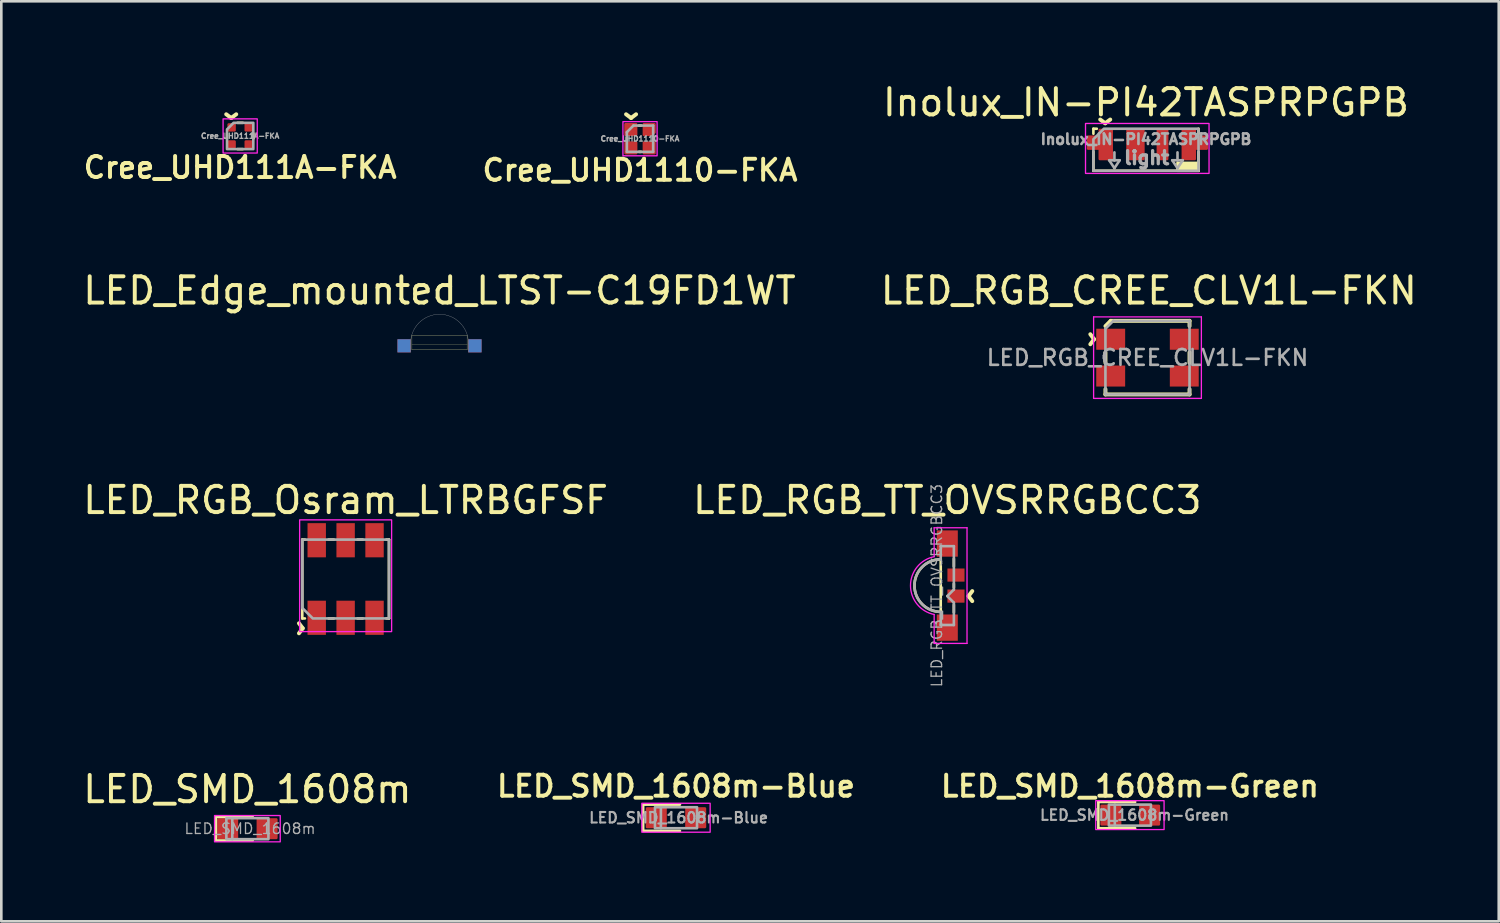
<source format=kicad_pcb>
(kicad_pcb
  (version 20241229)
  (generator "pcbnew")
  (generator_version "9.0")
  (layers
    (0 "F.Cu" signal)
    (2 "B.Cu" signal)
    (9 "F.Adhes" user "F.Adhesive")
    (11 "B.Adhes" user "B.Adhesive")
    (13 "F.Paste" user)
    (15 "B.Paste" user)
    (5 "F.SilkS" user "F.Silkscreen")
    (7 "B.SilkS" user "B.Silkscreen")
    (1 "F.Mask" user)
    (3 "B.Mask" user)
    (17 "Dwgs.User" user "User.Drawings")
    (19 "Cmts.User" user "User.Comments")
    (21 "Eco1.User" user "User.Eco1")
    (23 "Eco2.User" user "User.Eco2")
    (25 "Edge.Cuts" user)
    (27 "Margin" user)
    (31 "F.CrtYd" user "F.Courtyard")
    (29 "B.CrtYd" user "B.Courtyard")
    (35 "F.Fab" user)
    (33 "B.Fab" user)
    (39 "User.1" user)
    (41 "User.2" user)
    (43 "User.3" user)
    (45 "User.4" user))
  (footprint "LED_SMD_1608m"
    (layer "F.Cu")
    (at 6.363 28.481)
    (property "Reference" "LED_SMD_1608m" (at 0 -1.5 0) (layer "F.SilkS") (effects (font (size 1 1) (thickness 0.15))))
    (attr smd)
    (fp_line (start -1.2 -0.45) (end -1.2 0.45) (stroke (width 0.1) (type solid)) (layer "F.SilkS"))
    (fp_line (start -1.2 0.45) (end 0.2 0.45) (stroke (width 0.1) (type solid)) (layer "F.SilkS"))
    (fp_line (start 0.2 -0.45) (end -1.2 -0.45) (stroke (width 0.1) (type solid)) (layer "F.SilkS"))
    (fp_rect (start 1.25 -0.5) (end -1.25 0.5) (stroke (width 0.05) (type solid)) (fill no) (layer "F.CrtYd"))
    (fp_line (start -0.575 -0.4) (end -0.575 0.4) (stroke (width 0.1) (type solid)) (layer "F.Fab"))
    (fp_poly (pts (xy 0.8 0.4) (xy -0.8 0.4) (xy -0.8 -0.4) (xy 0.8 -0.4)) (stroke (width 0.1) (type solid)) (fill no) (layer "F.Fab"))
    (fp_text user "${REFERENCE}" (at 0.1 0 0) (unlocked yes) (layer "F.Fab") (effects (font (size 0.4 0.4) (thickness 0.05))))
    (pad "A" smd roundrect (at 0.75 0) (size 0.8 0.8) (layers "F.Cu" "F.Mask" "F.Paste") (roundrect_rratio 0.062))
    (pad "C" smd roundrect (at -0.75 0) (size 0.8 0.8) (layers "F.Cu" "F.Mask" "F.Paste") (roundrect_rratio 0.062)))
  (footprint "LED_RGB_CREE_CLV1L-FKN"
    (layer "F.Cu")
    (at 40.611 10.558)
    (property "Reference" "LED_RGB_CREE_CLV1L-FKN" (at 0.05 -2.55 0) (layer "F.SilkS") (effects (font (size 1 1) (thickness 0.15))))
    (attr smd)
    (fp_line (start -1.6 -1.2) (end -1.4 -1.4) (stroke (width 0.15) (type solid)) (layer "F.SilkS"))
    (fp_line (start -1.6 -0.2) (end -1.6 0.2) (stroke (width 0.15) (type solid)) (layer "F.SilkS"))
    (fp_line (start -1.6 1.4) (end -1.6 1.2) (stroke (width 0.15) (type solid)) (layer "F.SilkS"))
    (fp_line (start -1.6 1.4) (end 1.6 1.4) (stroke (width 0.15) (type solid)) (layer "F.SilkS"))
    (fp_line (start 1.6 -1.4) (end -1.4 -1.4) (stroke (width 0.15) (type solid)) (layer "F.SilkS"))
    (fp_line (start 1.6 -1.4) (end 1.6 -1.2) (stroke (width 0.15) (type solid)) (layer "F.SilkS"))
    (fp_line (start 1.6 -0.2) (end 1.6 0.2) (stroke (width 0.15) (type solid)) (layer "F.SilkS"))
    (fp_line (start 1.6 1.4) (end 1.6 1.2) (stroke (width 0.15) (type solid)) (layer "F.SilkS"))
    (fp_line (start -2.05 -1.55) (end 2.05 -1.55) (stroke (width 0.05) (type solid)) (layer "F.CrtYd"))
    (fp_line (start -2.05 1.55) (end -2.05 -1.55) (stroke (width 0.05) (type solid)) (layer "F.CrtYd"))
    (fp_line (start 2.05 -1.55) (end 2.05 1.55) (stroke (width 0.05) (type solid)) (layer "F.CrtYd"))
    (fp_line (start 2.05 1.55) (end -2.05 1.55) (stroke (width 0.05) (type solid)) (layer "F.CrtYd"))
    (fp_line (start -1.6 -1.1) (end -1.3 -1.4) (stroke (width 0.1) (type solid)) (layer "F.Fab"))
    (fp_line (start -1.6 1.4) (end -1.6 -1.1) (stroke (width 0.1) (type solid)) (layer "F.Fab"))
    (fp_line (start -1.3 -1.4) (end 1.6 -1.4) (stroke (width 0.1) (type solid)) (layer "F.Fab"))
    (fp_line (start 1.6 -1.4) (end 1.6 1.4) (stroke (width 0.1) (type solid)) (layer "F.Fab"))
    (fp_line (start 1.6 1.4) (end -1.6 1.4) (stroke (width 0.1) (type solid)) (layer "F.Fab"))
    (fp_text user "^" (at -2.625 -0.7 270) (unlocked yes) (layer "F.SilkS") (effects (font (size 1 1) (thickness 0.15))))
    (fp_text user "${REFERENCE}" (at 0 0 0) (unlocked yes) (layer "F.Fab") (effects (font (size 0.6 0.6) (thickness 0.1))))
    (pad "1" smd rect (at -1.4 -0.7) (size 1.1 0.8) (layers "F.Cu" "F.Mask" "F.Paste"))
    (pad "2" smd rect (at -1.4 0.7) (size 1.1 0.8) (layers "F.Cu" "F.Mask" "F.Paste"))
    (pad "3" smd rect (at 1.4 0.7) (size 1.1 0.8) (layers "F.Cu" "F.Mask" "F.Paste"))
    (pad "4" smd rect (at 1.4 -0.7) (size 1.1 0.8) (layers "F.Cu" "F.Mask" "F.Paste")))
  (footprint "LED_RGB_Osram_LTRBGFSF"
    (layer "F.Cu")
    (at 10.101 18.981)
    (property "Reference" "LED_RGB_Osram_LTRBGFSF" (at 0 -3 0) (layer "F.SilkS") (effects (font (size 1 1) (thickness 0.15))))
    (attr smd)
    (fp_line (start -1.65 -1.5) (end -1.65 1.5) (stroke (width 0.1) (type solid)) (layer "F.SilkS"))
    (fp_line (start -1.65 -1.5) (end -1.55 -1.5) (stroke (width 0.1) (type solid)) (layer "F.SilkS"))
    (fp_line (start -1.65 1.5) (end -1.55 1.5) (stroke (width 0.1) (type solid)) (layer "F.SilkS"))
    (fp_line (start -0.65 -1.5) (end -0.45 -1.5) (stroke (width 0.1) (type solid)) (layer "F.SilkS"))
    (fp_line (start -0.65 1.5) (end -0.45 1.5) (stroke (width 0.1) (type solid)) (layer "F.SilkS"))
    (fp_line (start 0.45 -1.5) (end 0.65 -1.5) (stroke (width 0.1) (type solid)) (layer "F.SilkS"))
    (fp_line (start 0.45 1.5) (end 0.65 1.5) (stroke (width 0.1) (type solid)) (layer "F.SilkS"))
    (fp_line (start 1.65 -1.5) (end 1.55 -1.5) (stroke (width 0.1) (type solid)) (layer "F.SilkS"))
    (fp_line (start 1.65 1.5) (end 1.55 1.5) (stroke (width 0.1) (type solid)) (layer "F.SilkS"))
    (fp_line (start 1.65 1.5) (end 1.65 -1.5) (stroke (width 0.1) (type solid)) (layer "F.SilkS"))
    (fp_rect (start 1.75 -2.25) (end -1.75 2) (stroke (width 0.05) (type solid)) (fill no) (layer "F.CrtYd"))
    (fp_poly (pts (xy 1.65 -1.5) (xy 1.65 1.5) (xy -1.25 1.5) (xy -1.65 1.1) (xy -1.65 -1.5)) (stroke (width 0.1) (type solid)) (fill no) (layer "F.Fab"))
    (fp_text user "^" (at -2.225 1.875 270) (unlocked yes) (layer "F.SilkS") (effects (font (size 1 1) (thickness 0.15))))
    (pad "A1" smd rect (at -1.1 -1.475) (size 0.7 1.3) (layers "F.Cu" "F.Mask" "F.Paste"))
    (pad "A2" smd rect (at 0 -1.475) (size 0.7 1.3) (layers "F.Cu" "F.Mask" "F.Paste"))
    (pad "A3" smd rect (at 1.1 -1.475) (size 0.7 1.3) (layers "F.Cu" "F.Mask" "F.Paste"))
    (pad "C1" smd rect (at -1.1 1.475) (size 0.7 1.3) (layers "F.Cu" "F.Mask" "F.Paste"))
    (pad "C2" smd rect (at 0 1.475) (size 0.7 1.3) (layers "F.Cu" "F.Mask" "F.Paste"))
    (pad "C3" smd rect (at 1.1 1.475) (size 0.7 1.3) (layers "F.Cu" "F.Mask" "F.Paste")))
  (footprint "LED_SMD_1608m-Blue"
    (layer "F.Cu")
    (at 22.671 28.064)
    (property "Reference" "LED_SMD_1608m-Blue" (at 0 -1.2 0) (layer "F.SilkS") (effects (font (size 0.8 0.8) (thickness 0.15))))
    (attr smd)
    (fp_line (start -1.25 -0.5) (end -1.25 0.5) (stroke (width 0.1) (type solid)) (layer "F.SilkS"))
    (fp_line (start -1.25 0.5) (end 0.15 0.5) (stroke (width 0.1) (type solid)) (layer "F.SilkS"))
    (fp_line (start 0.15 -0.5) (end -1.25 -0.5) (stroke (width 0.1) (type solid)) (layer "F.SilkS"))
    (fp_rect (start 1.3 -0.55) (end -1.3 0.55) (stroke (width 0.05) (type solid)) (fill no) (layer "F.CrtYd"))
    (fp_line (start -0.575 -0.4) (end -0.575 0.4) (stroke (width 0.1) (type solid)) (layer "F.Fab"))
    (fp_poly (pts (xy 0.8 0.4) (xy -0.8 0.4) (xy -0.8 -0.4) (xy 0.8 -0.4)) (stroke (width 0.1) (type solid)) (fill no) (layer "F.Fab"))
    (fp_text user "${REFERENCE}" (at 0.1 0 0) (layer "F.Fab") (effects (font (size 0.4 0.4) (thickness 0.08) (bold yes))))
    (pad "A" smd roundrect (at 0.75 0) (size 0.8 0.8) (layers "F.Cu" "F.Mask" "F.Paste") (roundrect_rratio 0.062))
    (pad "C" smd roundrect (at -0.75 0) (size 0.8 0.8) (layers "F.Cu" "F.Mask" "F.Paste") (roundrect_rratio 0.062)))
  (footprint "Cree_UHD1110-FKA"
    (layer "F.Cu")
    (at 21.302 2.228)
    (property "Reference" "Cree_UHD1110-FKA" (at 0 1.2 0) (layer "F.SilkS") (effects (font (size 0.8 0.8) (thickness 0.15))))
    (attr smd)
    (fp_line (start -0.5 0.04) (end -0.5 -0.04) (stroke (width 0.1) (type solid)) (layer "F.SilkS"))
    (fp_line (start -0.04 -0.5) (end 0.04 -0.5) (stroke (width 0.1) (type solid)) (layer "F.SilkS"))
    (fp_line (start -0.04 0.5) (end 0.04 0.5) (stroke (width 0.1) (type solid)) (layer "F.SilkS"))
    (fp_line (start 0.5 0.04) (end 0.5 -0.04) (stroke (width 0.1) (type solid)) (layer "F.SilkS"))
    (fp_rect (start -0.65 -0.65) (end 0.65 0.65) (stroke (width 0.05) (type solid)) (fill no) (layer "F.CrtYd"))
    (fp_line (start -0.5 -0.25) (end -0.25 -0.5) (stroke (width 0.1) (type solid)) (layer "F.Fab"))
    (fp_line (start -0.5 0.5) (end -0.5 -0.25) (stroke (width 0.1) (type solid)) (layer "F.Fab"))
    (fp_line (start -0.25 -0.5) (end 0.5 -0.5) (stroke (width 0.1) (type solid)) (layer "F.Fab"))
    (fp_line (start 0.5 -0.5) (end 0.5 0.5) (stroke (width 0.1) (type solid)) (layer "F.Fab"))
    (fp_line (start 0.5 0.5) (end -0.5 0.5) (stroke (width 0.1) (type solid)) (layer "F.Fab"))
    (fp_text user "^" (at -0.34 -1.38 180) (unlocked yes) (layer "F.SilkS") (effects (font (size 1 1) (thickness 0.15))))
    (fp_text user "${REFERENCE}" (at 0 0 0) (layer "F.Fab") (effects (font (size 0.2 0.2) (thickness 0.05))))
    (pad "1" smd roundrect (at -0.35 -0.35) (size 0.5 0.5) (layers "F.Cu" "F.Mask" "F.Paste") (roundrect_rratio 0.1))
    (pad "2" smd roundrect (at -0.35 0.35) (size 0.5 0.5) (layers "F.Cu" "F.Mask" "F.Paste") (roundrect_rratio 0.1))
    (pad "3" smd roundrect (at 0.35 0.35) (size 0.5 0.5) (layers "F.Cu" "F.Mask" "F.Paste") (roundrect_rratio 0.1))
    (pad "4" smd roundrect (at 0.35 -0.35) (size 0.5 0.5) (layers "F.Cu" "F.Mask" "F.Paste") (roundrect_rratio 0.1) (chamfer_ratio 0.25) (chamfer bottom_right)))
  (footprint "Cree_UHD111A-FKA"
    (layer "F.Cu")
    (at 6.088 2.123)
    (property "Reference" "Cree_UHD111A-FKA" (at 0 1.2 0) (layer "F.SilkS") (effects (font (size 0.8 0.8) (thickness 0.15))))
    (attr smd)
    (fp_line (start -0.5 0.1) (end -0.5 -0.1) (stroke (width 0.1) (type solid)) (layer "F.SilkS"))
    (fp_line (start -0.1 -0.5) (end 0.1 -0.5) (stroke (width 0.1) (type solid)) (layer "F.SilkS"))
    (fp_line (start -0.1 0.5) (end 0.1 0.5) (stroke (width 0.1) (type solid)) (layer "F.SilkS"))
    (fp_line (start 0.5 0.1) (end 0.5 -0.1) (stroke (width 0.1) (type solid)) (layer "F.SilkS"))
    (fp_rect (start -0.65 -0.65) (end 0.65 0.65) (stroke (width 0.05) (type solid)) (fill no) (layer "F.CrtYd"))
    (fp_poly (pts (xy -0.5 -0.25) (xy -0.5 0.5) (xy 0.5 0.5) (xy 0.5 -0.5) (xy -0.25 -0.5)) (stroke (width 0.1) (type solid)) (fill no) (layer "F.Fab"))
    (fp_text user "^" (at -0.34 -1.275 180) (unlocked yes) (layer "F.SilkS") (effects (font (size 1 1) (thickness 0.15))))
    (fp_text user "${REFERENCE}" (at 0 0 0) (layer "F.Fab") (effects (font (size 0.2 0.2) (thickness 0.05))))
    (pad "1" smd roundrect (at -0.325 -0.325) (size 0.32 0.32) (layers "F.Cu" "F.Mask" "F.Paste") (roundrect_rratio 0.156))
    (pad "2" smd roundrect (at -0.325 0.325) (size 0.32 0.32) (layers "F.Cu" "F.Mask" "F.Paste") (roundrect_rratio 0.156))
    (pad "3" smd roundrect (at 0.325 0.325) (size 0.32 0.32) (layers "F.Cu" "F.Mask" "F.Paste") (roundrect_rratio 0.156))
    (pad "4" smd roundrect (at 0.325 -0.325) (size 0.32 0.32) (layers "F.Cu" "F.Mask" "F.Paste") (roundrect_rratio 0.156)))
  (footprint "LED_RGB_TT_OVSRRGBCC3"
    (layer "F.Cu")
    (at 32.994 19.231)
    (property "Reference" "LED_RGB_TT_OVSRRGBCC3" (at 0 -3.25 0) (layer "F.SilkS") (effects (font (size 1 1) (thickness 0.15))))
    (attr smd)
    (fp_line (start -0.25 -1) (end -0.25 1) (stroke (width 0.1) (type solid)) (layer "F.SilkS"))
    (fp_line (start 0.25 -1.02) (end 0.25 -0.73) (stroke (width 0.1) (type solid)) (layer "F.SilkS"))
    (fp_line (start 0.25 -0.07) (end 0.25 0.07) (stroke (width 0.1) (type solid)) (layer "F.SilkS"))
    (fp_line (start 0.25 1.02) (end 0.25 0.73) (stroke (width 0.1) (type solid)) (layer "F.SilkS"))
    (fp_arc (start -0.25 1) (mid -1.25 0) (end -0.25 -1) (stroke (width 0.1) (type solid)) (layer "F.SilkS"))
    (fp_line (start -0.5 -2.2) (end -0.5 -1.1) (stroke (width 0.05) (type solid)) (layer "F.CrtYd"))
    (fp_line (start -0.5 -2.2) (end 0.75 -2.2) (stroke (width 0.05) (type solid)) (layer "F.CrtYd"))
    (fp_line (start -0.5 2.2) (end -0.5 1.1) (stroke (width 0.05) (type solid)) (layer "F.CrtYd"))
    (fp_line (start 0.75 -2.2) (end 0.75 2.2) (stroke (width 0.05) (type solid)) (layer "F.CrtYd"))
    (fp_line (start 0.75 2.2) (end -0.5 2.2) (stroke (width 0.05) (type solid)) (layer "F.CrtYd"))
    (fp_arc (start -0.5 1.1) (mid -1.4 0) (end -0.5 -1.1) (stroke (width 0.05) (type solid)) (layer "F.CrtYd"))
    (fp_line (start -0.25 -1.5) (end -0.25 -1) (stroke (width 0.1) (type solid)) (layer "F.Fab"))
    (fp_line (start -0.25 1.5) (end -0.25 1) (stroke (width 0.1) (type solid)) (layer "F.Fab"))
    (fp_line (start 0 0.4) (end 0.25 0.15) (stroke (width 0.1) (type solid)) (layer "F.Fab"))
    (fp_line (start 0.25 -1.5) (end -0.25 -1.5) (stroke (width 0.1) (type solid)) (layer "F.Fab"))
    (fp_line (start 0.25 0.15) (end 0.25 -1.5) (stroke (width 0.1) (type solid)) (layer "F.Fab"))
    (fp_line (start 0.25 0.65) (end 0 0.4) (stroke (width 0.1) (type solid)) (layer "F.Fab"))
    (fp_line (start 0.25 1.5) (end -0.25 1.5) (stroke (width 0.1) (type solid)) (layer "F.Fab"))
    (fp_line (start 0.25 1.5) (end 0.25 0.65) (stroke (width 0.1) (type solid)) (layer "F.Fab"))
    (fp_arc (start -0.25 1) (mid -1.25 0) (end -0.25 -1) (stroke (width 0.1) (type solid)) (layer "F.Fab"))
    (fp_text user "^" (at 1.4 0.4 90) (unlocked yes) (layer "F.SilkS") (effects (font (size 1 1) (thickness 0.15))))
    (fp_text user "${REFERENCE}" (at -0.4 0 90) (unlocked yes) (layer "F.Fab") (effects (font (size 0.4 0.4) (thickness 0.05))))
    (pad "1" smd rect (at 0.33 0.4) (size 0.65 0.5) (layers "F.Cu" "F.Mask" "F.Paste"))
    (pad "2" smd rect (at 0.33 -0.4) (size 0.65 0.5) (layers "F.Cu" "F.Mask" "F.Paste"))
    (pad "3" smd rect (at 0 -1.6) (size 0.8 1) (layers "F.Cu" "F.Mask" "F.Paste"))
    (pad "4" smd rect (at 0 1.6) (size 0.8 1) (layers "F.Cu" "F.Mask" "F.Paste")))
  (footprint "LED_SMD_1608m-Green"
    (layer "F.Cu")
    (at 39.942 27.964)
    (property "Reference" "LED_SMD_1608m-Green" (at 0 -1.1 0) (layer "F.SilkS") (effects (font (size 0.8 0.8) (thickness 0.15))))
    (attr smd)
    (fp_line (start -1.2 -0.5) (end -1.2 0.5) (stroke (width 0.1) (type solid)) (layer "F.SilkS"))
    (fp_line (start -1.2 0.5) (end 0.2 0.5) (stroke (width 0.1) (type solid)) (layer "F.SilkS"))
    (fp_line (start 0.2 -0.5) (end -1.2 -0.5) (stroke (width 0.1) (type solid)) (layer "F.SilkS"))
    (fp_rect (start 1.3 -0.55) (end -1.3 0.55) (stroke (width 0.05) (type solid)) (fill no) (layer "F.CrtYd"))
    (fp_line (start -0.575 -0.4) (end -0.575 0.4) (stroke (width 0.1) (type solid)) (layer "F.Fab"))
    (fp_poly (pts (xy 0.8 0.4) (xy -0.8 0.4) (xy -0.8 -0.4) (xy 0.8 -0.4)) (stroke (width 0.1) (type solid)) (fill no) (layer "F.Fab"))
    (fp_text user "${REFERENCE}" (at 0.175 0 0) (layer "F.Fab") (effects (font (size 0.4 0.4) (thickness 0.08) (bold yes))))
    (pad "A" smd roundrect (at 0.75 0) (size 0.8 0.8) (layers "F.Cu" "F.Mask" "F.Paste") (roundrect_rratio 0.062))
    (pad "C" smd roundrect (at -0.725 0) (size 0.8 0.8) (layers "F.Cu" "F.Mask" "F.Paste") (roundrect_rratio 0.062)))
  (footprint "Inolux_IN-PI42TASPRPGPB"
    (layer "F.Cu")
    (at 40.553 2.648)
    (property "Reference" "Inolux_IN-PI42TASPRPGPB" (at 0 -1.8 0) (unlocked yes) (layer "F.SilkS") (effects (font (size 1 1) (thickness 0.15))))
    (attr smd)
    (fp_line (start -2 -0.8) (end -1.87 -0.8) (stroke (width 0.1) (type default)) (layer "F.SilkS"))
    (fp_line (start -2 -0.61) (end -2 -0.8) (stroke (width 0.1) (type default)) (layer "F.SilkS"))
    (fp_line (start -2 0.8) (end -2 0.07) (stroke (width 0.1) (type default)) (layer "F.SilkS"))
    (fp_line (start 2 -0.8) (end 2 -0.61) (stroke (width 0.1) (type default)) (layer "F.SilkS"))
    (fp_line (start 2 0.08) (end 2 0.8) (stroke (width 0.1) (type default)) (layer "F.SilkS"))
    (fp_line (start 2 0.8) (end -2 0.8) (stroke (width 0.1) (type default)) (layer "F.SilkS"))
    (fp_poly (pts (xy 2 0.8) (xy 2 0.5) (xy 1.2 0.5) (xy 1.2 0.8)) (stroke (width 0.1) (type solid)) (fill yes) (layer "F.SilkS"))
    (fp_rect (start -2.3 -1) (end 2.4 0.9) (stroke (width 0.05) (type default)) (fill no) (layer "F.CrtYd"))
    (fp_line (start -1.4 0.4) (end -1.2 0.7) (stroke (width 0.1) (type default)) (layer "F.Fab"))
    (fp_line (start -1.2 0.1) (end -1.2 0.4) (stroke (width 0.1) (type default)) (layer "F.Fab"))
    (fp_line (start -1.2 0.4) (end -1.4 0.4) (stroke (width 0.1) (type default)) (layer "F.Fab"))
    (fp_line (start -1.2 0.7) (end -1 0.4) (stroke (width 0.1) (type default)) (layer "F.Fab"))
    (fp_line (start -1 0.4) (end -1.2 0.4) (stroke (width 0.1) (type default)) (layer "F.Fab"))
    (fp_line (start 1 0.4) (end 1.2 0.7) (stroke (width 0.1) (type default)) (layer "F.Fab"))
    (fp_line (start 1.2 0.1) (end 1.2 0.4) (stroke (width 0.1) (type default)) (layer "F.Fab"))
    (fp_line (start 1.2 0.4) (end 1 0.4) (stroke (width 0.1) (type default)) (layer "F.Fab"))
    (fp_line (start 1.2 0.7) (end 1.4 0.4) (stroke (width 0.1) (type default)) (layer "F.Fab"))
    (fp_line (start 1.4 0.4) (end 1.2 0.4) (stroke (width 0.1) (type default)) (layer "F.Fab"))
    (fp_poly (pts (xy 2 -0.8) (xy 2 0.8) (xy -2 0.8) (xy -2 -0.4) (xy -1.6 -0.8)) (stroke (width 0.1) (type solid)) (fill no) (layer "F.Fab"))
    (fp_text user "^" (at -1.55 -1.6 180) (unlocked yes) (layer "F.SilkS") (effects (font (size 1 1) (thickness 0.15))))
    (fp_text user "${REFERENCE}" (at 0 -0.4 0) (unlocked yes) (layer "F.Fab") (effects (font (size 0.4 0.4) (thickness 0.1))))
    (fp_text user "light" (at -0.9 0.6 0) (unlocked yes) (layer "F.Fab") (effects (font (size 0.5 0.5) (thickness 0.125)) (justify left bottom)))
    (pad "1" smd roundrect (at -2 -0.27) (size 0.5 0.55) (layers "F.Cu" "F.Mask" "F.Paste") (roundrect_rratio 0.1))
    (pad "1" smd roundrect (at -1.53 -0.2) (size 0.55 1.2) (layers "F.Cu" "F.Mask" "F.Paste") (roundrect_rratio 0.091))
    (pad "1" smd roundrect (at 2.11 -0.27) (size 0.5 0.55) (layers "F.Cu" "F.Mask" "F.Paste") (roundrect_rratio 0.1))
    (pad "2" smd roundrect (at -0.4 -0.2) (size 0.7 1.2) (layers "F.Cu" "F.Mask" "F.Paste") (roundrect_rratio 0.071))
    (pad "3" smd roundrect (at 0.63 -0.2) (size 0.45 1.2) (layers "F.Cu" "F.Mask" "F.Paste") (roundrect_rratio 0.111))
    (pad "4" smd roundrect (at 1.63 -0.2) (size 0.55 1.2) (layers "F.Cu" "F.Mask" "F.Paste") (roundrect_rratio 0.091)))
  (footprint "LED_Edge_mounted_LTST-C19FD1WT"
    (layer "F.Cu")
    (at 13.673 10.008)
    (property "Reference" "LED_Edge_mounted_LTST-C19FD1WT" (at 0 -2 0) (layer "F.SilkS") (effects (font (size 1 1) (thickness 0.15))))
    (attr smd)
    (fp_line (start -1.05 -0.3) (end 1.05 -0.3) (stroke (width 0.01) (type solid)) (layer "F.SilkS"))
    (fp_line (start -1.05 0.25) (end -1.05 -0.3) (stroke (width 0.01) (type solid)) (layer "F.SilkS"))
    (fp_line (start 1.05 -0.3) (end 1.05 0.25) (stroke (width 0.01) (type solid)) (layer "F.SilkS"))
    (fp_line (start 1.05 0.05) (end -1.05 0.05) (stroke (width 0.01) (type solid)) (layer "F.SilkS"))
    (fp_line (start 1.05 0.25) (end -1.05 0.25) (stroke (width 0.01) (type solid)) (layer "F.SilkS"))
    (fp_line (start -1.1 0) (end -1.1 0.35) (stroke (width 0.01) (type solid)) (layer "F.Fab"))
    (fp_line (start 1.1 0) (end 1.1 0.35) (stroke (width 0.01) (type solid)) (layer "F.Fab"))
    (fp_arc (start -1.1 0) (mid 0 -1.1) (end 1.1 0) (stroke (width 0.01) (type solid)) (layer "F.Fab"))
    (pad "A" smd rect (at -1.35 0.1) (size 0.5 0.5) (layers "B.Cu" "B.Mask" "B.Paste"))
    (pad "C1" smd rect (at -1.35 0.1) (size 0.5 0.5) (layers "F.Cu" "F.Mask" "F.Paste"))
    (pad "C2" smd rect (at 1.35 0.1) (size 0.5 0.5) (layers "F.Cu" "F.Mask" "F.Paste"))
    (pad "C3" smd rect (at 1.35 0.1) (size 0.5 0.5) (layers "B.Cu" "B.Mask" "B.Paste")))
  (gr_rect
    (start -3 -3)
    (end 53.976 32.006)
    (stroke (width 0.1) (type default))
    (fill no)
    (layer "Edge.Cuts")))
</source>
